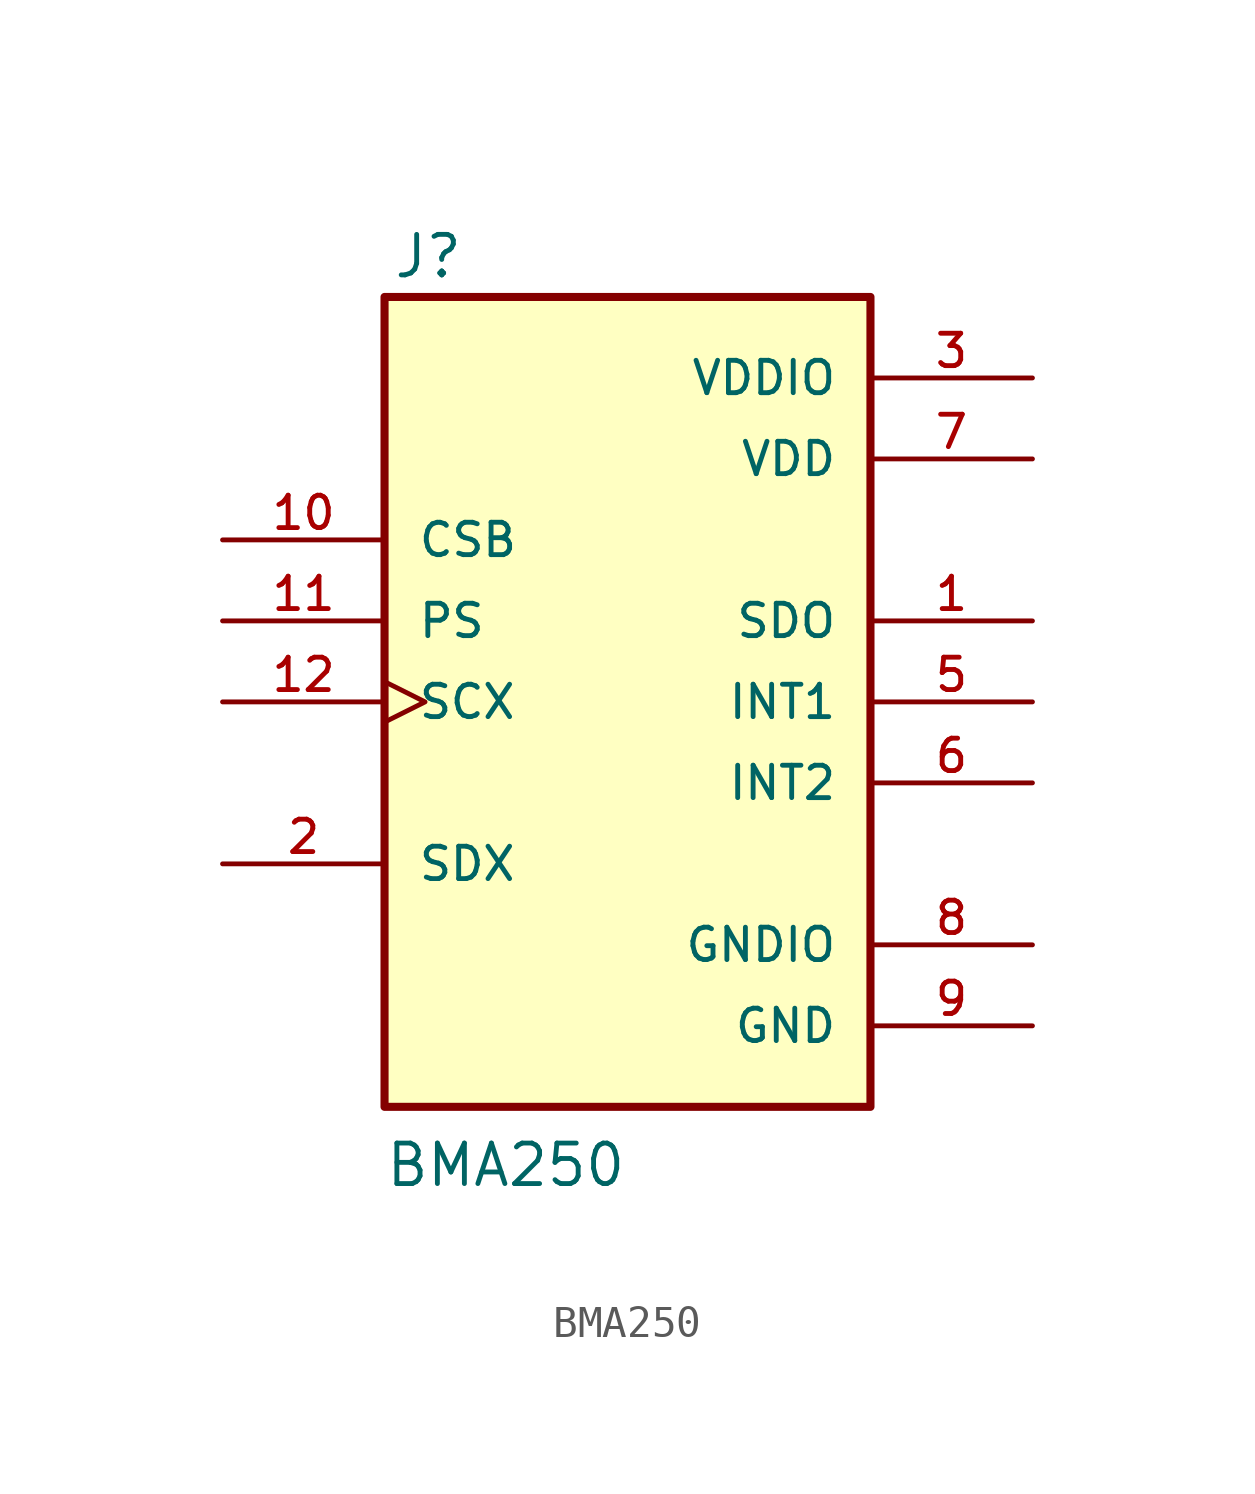
<source format=kicad_sym>
(kicad_symbol_lib
  (version 20211014)
  (generator kicad_symbol_editor)
  (symbol "BMA250"
    (pin_names
      (offset 1.016))
    (property "Reference" "J"
      (at -7.378 13.229 0)
      (effects (font (size 1.27 1.27)) (justify bottom left)))
    (property "Value" "BMA250"
      (at -7.635 -15.27 0)
      (effects (font (size 1.27 1.27)) (justify bottom left)))
    (symbol "BMA250_0_0"
      (rectangle (start -7.62 -12.7) (end 7.62 12.7) (stroke (width 0.254)) (fill (type background)))
      (pin output line (at 12.7 2.54 180.0) (length 5.08) (name "SDO" (effects (font (size 1.016 1.016)))) (number "1" (effects (font (size 1.016 1.016)))))
      (pin bidirectional line (at -12.7 -5.08 0) (length 5.08) (name "SDX" (effects (font (size 1.016 1.016)))) (number "2" (effects (font (size 1.016 1.016)))))
      (pin power_in line (at 12.7 7.62 180.0) (length 5.08) (name "VDD" (effects (font (size 1.016 1.016)))) (number "7" (effects (font (size 1.016 1.016)))))
      (pin output line (at 12.7 0.0 180.0) (length 5.08) (name "INT1" (effects (font (size 1.016 1.016)))) (number "5" (effects (font (size 1.016 1.016)))))
      (pin output line (at 12.7 -2.54 180.0) (length 5.08) (name "INT2" (effects (font (size 1.016 1.016)))) (number "6" (effects (font (size 1.016 1.016)))))
      (pin power_in line (at 12.7 10.16 180.0) (length 5.08) (name "VDDIO" (effects (font (size 1.016 1.016)))) (number "3" (effects (font (size 1.016 1.016)))))
      (pin power_in line (at 12.7 -7.62 180.0) (length 5.08) (name "GNDIO" (effects (font (size 1.016 1.016)))) (number "8" (effects (font (size 1.016 1.016)))))
      (pin power_in line (at 12.7 -10.16 180.0) (length 5.08) (name "GND" (effects (font (size 1.016 1.016)))) (number "9" (effects (font (size 1.016 1.016)))))
      (pin input clock (at -12.7 0.0 0) (length 5.08) (name "SCX" (effects (font (size 1.016 1.016)))) (number "12" (effects (font (size 1.016 1.016)))))
      (pin input line (at -12.7 2.54 0) (length 5.08) (name "PS" (effects (font (size 1.016 1.016)))) (number "11" (effects (font (size 1.016 1.016)))))
      (pin input line (at -12.7 5.08 0) (length 5.08) (name "CSB" (effects (font (size 1.016 1.016)))) (number "10" (effects (font (size 1.016 1.016))))))))
</source>
